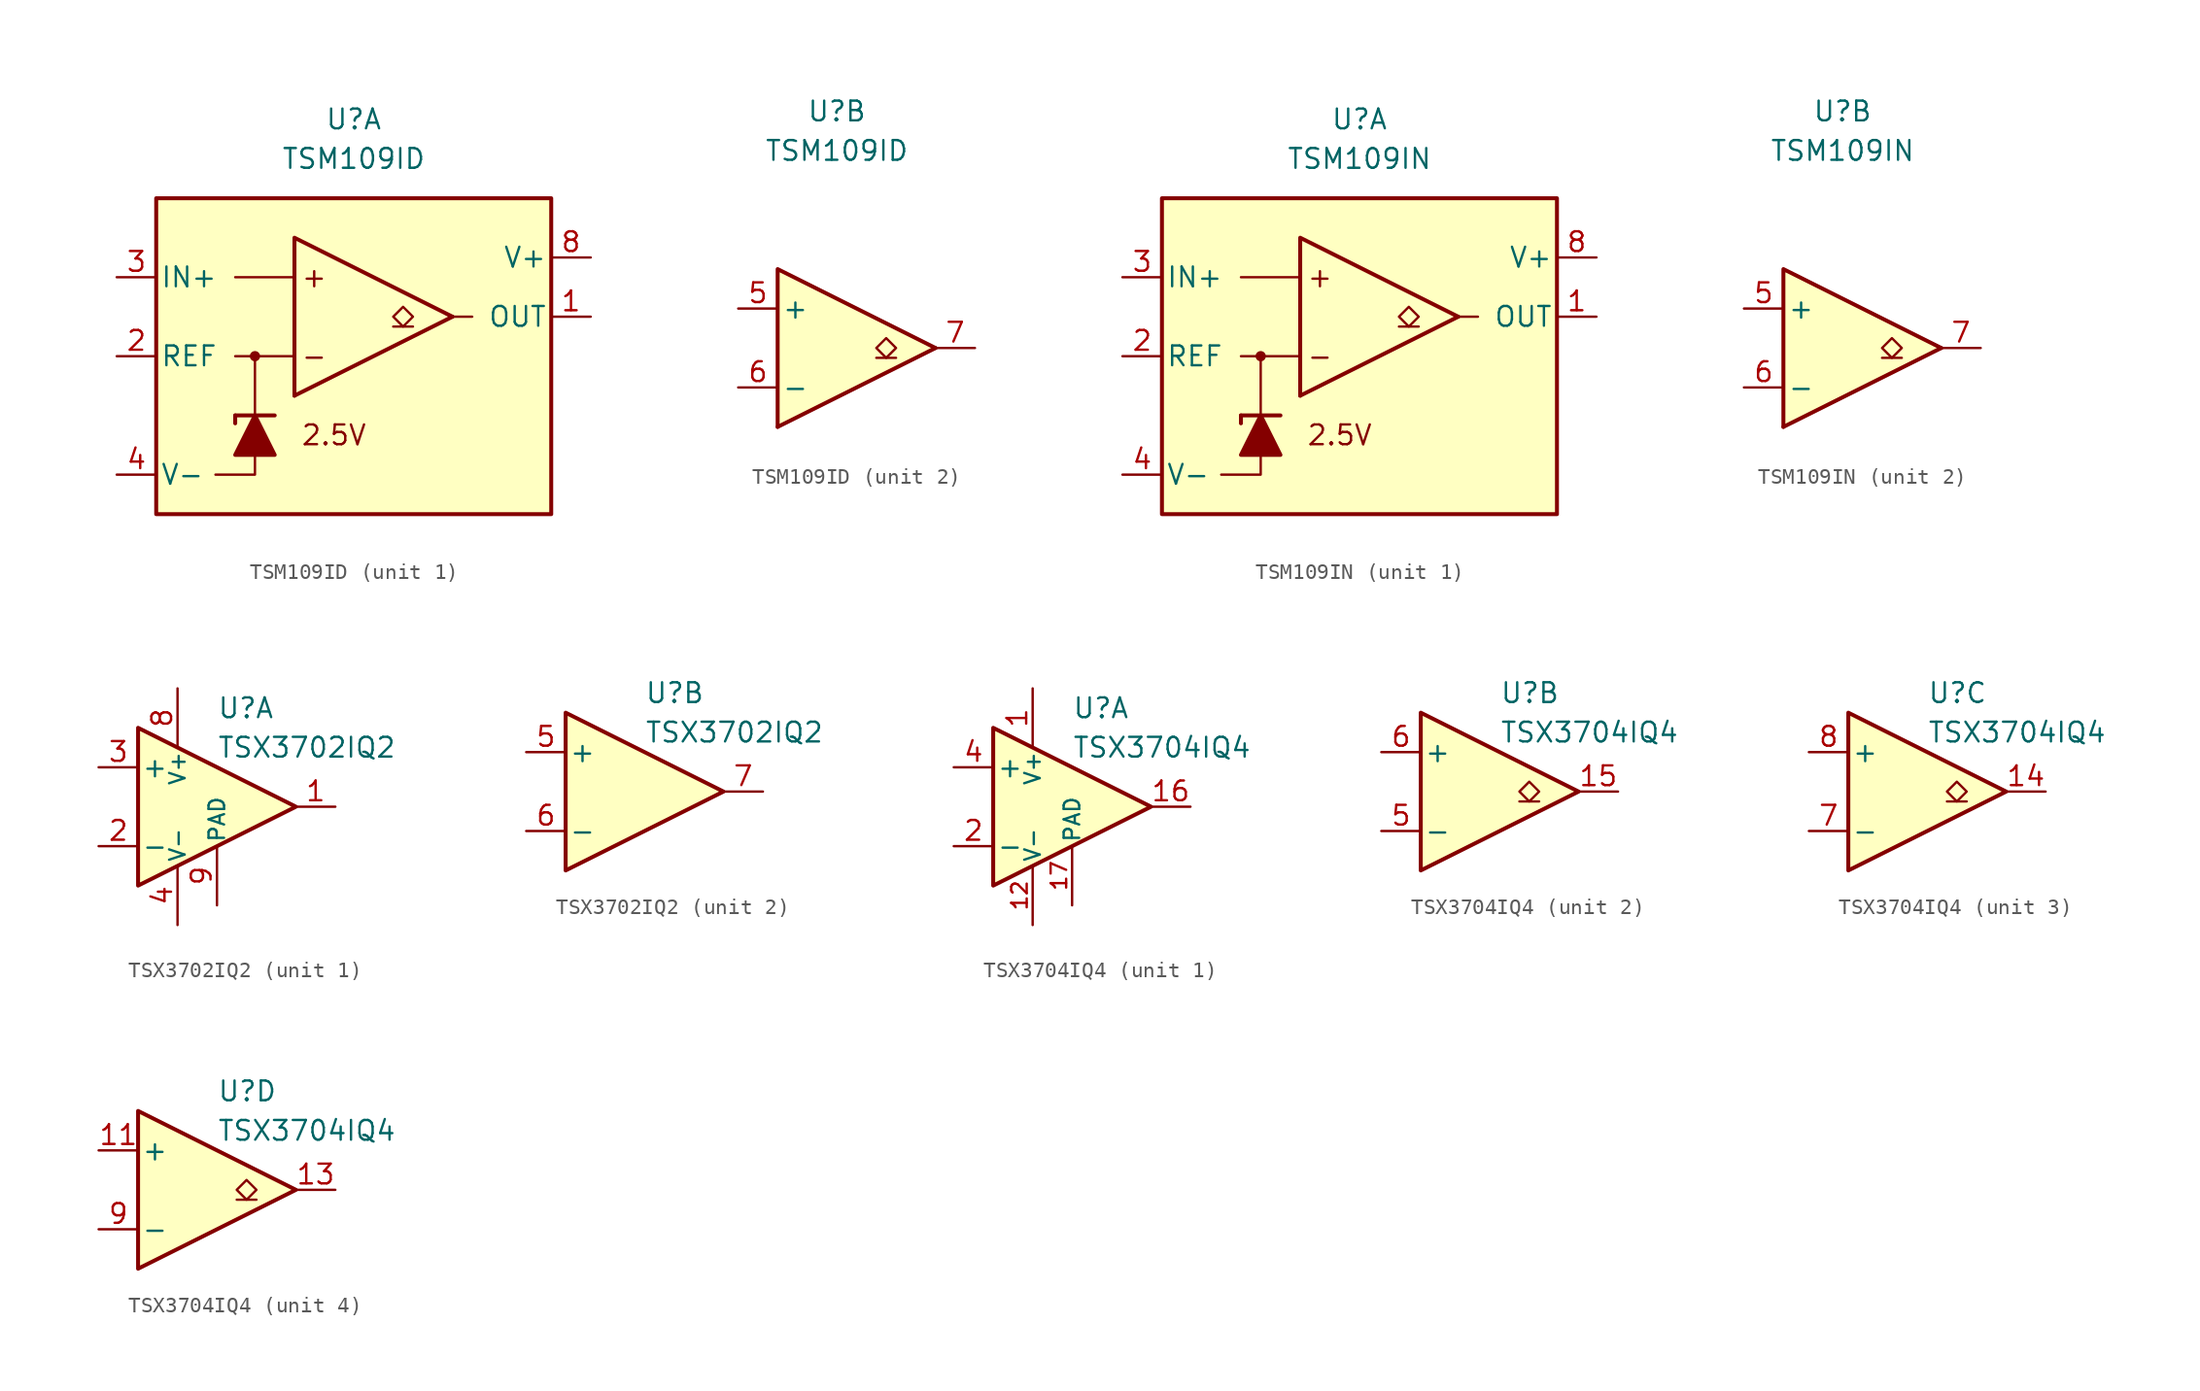
<source format=kicad_sym>
(kicad_symbol_lib
  (version 20231120)
  (generator "kicad_symbol_editor")
  (generator_version "8.0")
  (symbol "TSM109ID"
    (pin_names
      (offset 0.254))
    (property "Reference" "U"
      (at 0 15.24 0)
      (effects (font (size 1.27 1.27))))
    (property "Value" "TSM109ID"
      (at 0 12.7 0)
      (effects (font (size 1.27 1.27))))
    (property "ki_locked" ""
      (at 0 0 0)
      (effects (font (size 1.27 1.27))))
    (symbol "TSM109ID_1_0"
      (circle (center -6.35 0) (radius 0.254) (stroke (width 0.152) (type default)) (fill (type outline)))
      (polyline (pts (xy 6.35 2.54) (xy -3.81 -2.54)) (stroke (width 0.254) (type default)) (fill (type none)))
      (polyline (pts (xy 6.35 2.54) (xy -3.81 7.62) (xy -3.81 -2.54)) (stroke (width 0.254) (type default)) (fill (type background))))
    (symbol "TSM109ID_1_1"
      (rectangle (start -12.7 10.16) (end 12.7 -10.16) (stroke (width 0.254) (type default)) (fill (type background)))
      (polyline (pts (xy -7.62 -3.81) (xy -7.62 -4.318)) (stroke (width 0.254) (type default)) (fill (type none)))
      (polyline (pts (xy -7.62 -3.81) (xy -5.08 -3.81)) (stroke (width 0.254) (type default)) (fill (type none)))
      (polyline (pts (xy -6.35 -3.81) (xy -6.35 0)) (stroke (width 0.152) (type default)) (fill (type none)))
      (polyline (pts (xy -3.81 0) (xy -7.62 0)) (stroke (width 0) (type default)) (fill (type none)))
      (polyline (pts (xy -3.81 5.08) (xy -7.62 5.08)) (stroke (width 0) (type default)) (fill (type none)))
      (polyline (pts (xy 3.81 1.905) (xy 2.54 1.905)) (stroke (width 0.152) (type default)) (fill (type none)))
      (polyline (pts (xy 6.35 2.54) (xy 7.62 2.54)) (stroke (width 0) (type default)) (fill (type none)))
      (polyline (pts (xy -6.35 -6.35) (xy -6.35 -7.62) (xy -8.89 -7.62)) (stroke (width 0) (type default)) (fill (type none)))
      (polyline (pts (xy -5.08 -6.35) (xy -7.62 -6.35) (xy -6.35 -3.81) (xy -5.08 -6.35)) (stroke (width 0.254) (type default)) (fill (type outline)))
      (polyline (pts (xy 3.175 1.905) (xy 2.54 2.54) (xy 3.175 3.175) (xy 3.81 2.54) (xy 3.175 1.905)) (stroke (width 0.152) (type default)) (fill (type none)))
      (text "+" (at -2.54 5.08 0) (effects (font (size 1.27 1.27))))
      (text "-" (at -2.54 0 0) (effects (font (size 1.27 1.27))))
      (text "2.5V" (at -1.27 -5.08 0) (effects (font (size 1.27 1.27))))
      (pin output line (at 15.24 2.54 180) (length 2.54) (name "OUT" (effects (font (size 1.27 1.27)))) (number "1" (effects (font (size 1.27 1.27)))))
      (pin output line (at -15.24 0 0) (length 2.54) (name "REF" (effects (font (size 1.27 1.27)))) (number "2" (effects (font (size 1.27 1.27)))))
      (pin input line (at -15.24 5.08 0) (length 2.54) (name "IN+" (effects (font (size 1.27 1.27)))) (number "3" (effects (font (size 1.27 1.27)))))
      (pin power_in line (at -15.24 -7.62 0) (length 2.54) (name "V-" (effects (font (size 1.27 1.27)))) (number "4" (effects (font (size 1.27 1.27)))))
      (pin power_in line (at 15.24 6.35 180) (length 2.54) (name "V+" (effects (font (size 1.27 1.27)))) (number "8" (effects (font (size 1.27 1.27))))))
    (symbol "TSM109ID_2_0"
      (polyline (pts (xy 6.35 0) (xy -3.81 -5.08)) (stroke (width 0.254) (type default)) (fill (type none)))
      (polyline (pts (xy 6.35 0) (xy -3.81 5.08) (xy -3.81 -5.08)) (stroke (width 0.254) (type default)) (fill (type background))))
    (symbol "TSM109ID_2_1"
      (polyline (pts (xy 3.81 -0.635) (xy 2.54 -0.635)) (stroke (width 0.152) (type default)) (fill (type none)))
      (polyline (pts (xy 3.175 -0.635) (xy 2.54 0) (xy 3.175 0.635) (xy 3.81 0) (xy 3.175 -0.635)) (stroke (width 0.152) (type default)) (fill (type none)))
      (pin input line (at -6.35 2.54 0) (length 2.54) (name "+" (effects (font (size 1.27 1.27)))) (number "5" (effects (font (size 1.27 1.27)))))
      (pin input line (at -6.35 -2.54 0) (length 2.54) (name "-" (effects (font (size 1.27 1.27)))) (number "6" (effects (font (size 1.27 1.27)))))
      (pin output line (at 8.89 0 180) (length 2.54) (name "~" (effects (font (size 1.27 1.27)))) (number "7" (effects (font (size 1.27 1.27)))))))
  (symbol "TSM109IN"
    (pin_names
      (offset 0.254))
    (property "Reference" "U"
      (at 0 15.24 0)
      (effects (font (size 1.27 1.27))))
    (property "Value" "TSM109IN"
      (at 0 12.7 0)
      (effects (font (size 1.27 1.27))))
    (property "ki_locked" ""
      (at 0 0 0)
      (effects (font (size 1.27 1.27))))
    (symbol "TSM109IN_1_0"
      (circle (center -6.35 0) (radius 0.254) (stroke (width 0.152) (type default)) (fill (type outline)))
      (polyline (pts (xy 6.35 2.54) (xy -3.81 -2.54)) (stroke (width 0.254) (type default)) (fill (type none)))
      (polyline (pts (xy 6.35 2.54) (xy -3.81 7.62) (xy -3.81 -2.54)) (stroke (width 0.254) (type default)) (fill (type background))))
    (symbol "TSM109IN_1_1"
      (rectangle (start -12.7 10.16) (end 12.7 -10.16) (stroke (width 0.254) (type default)) (fill (type background)))
      (polyline (pts (xy -7.62 -3.81) (xy -7.62 -4.318)) (stroke (width 0.254) (type default)) (fill (type none)))
      (polyline (pts (xy -7.62 -3.81) (xy -5.08 -3.81)) (stroke (width 0.254) (type default)) (fill (type none)))
      (polyline (pts (xy -6.35 -3.81) (xy -6.35 0)) (stroke (width 0.152) (type default)) (fill (type none)))
      (polyline (pts (xy -3.81 0) (xy -7.62 0)) (stroke (width 0) (type default)) (fill (type none)))
      (polyline (pts (xy -3.81 5.08) (xy -7.62 5.08)) (stroke (width 0) (type default)) (fill (type none)))
      (polyline (pts (xy 3.81 1.905) (xy 2.54 1.905)) (stroke (width 0.152) (type default)) (fill (type none)))
      (polyline (pts (xy 6.35 2.54) (xy 7.62 2.54)) (stroke (width 0) (type default)) (fill (type none)))
      (polyline (pts (xy -6.35 -6.35) (xy -6.35 -7.62) (xy -8.89 -7.62)) (stroke (width 0) (type default)) (fill (type none)))
      (polyline (pts (xy -5.08 -6.35) (xy -7.62 -6.35) (xy -6.35 -3.81) (xy -5.08 -6.35)) (stroke (width 0.254) (type default)) (fill (type outline)))
      (polyline (pts (xy 3.175 1.905) (xy 2.54 2.54) (xy 3.175 3.175) (xy 3.81 2.54) (xy 3.175 1.905)) (stroke (width 0.152) (type default)) (fill (type none)))
      (text "+" (at -2.54 5.08 0) (effects (font (size 1.27 1.27))))
      (text "-" (at -2.54 0 0) (effects (font (size 1.27 1.27))))
      (text "2.5V" (at -1.27 -5.08 0) (effects (font (size 1.27 1.27))))
      (pin output line (at 15.24 2.54 180) (length 2.54) (name "OUT" (effects (font (size 1.27 1.27)))) (number "1" (effects (font (size 1.27 1.27)))))
      (pin output line (at -15.24 0 0) (length 2.54) (name "REF" (effects (font (size 1.27 1.27)))) (number "2" (effects (font (size 1.27 1.27)))))
      (pin input line (at -15.24 5.08 0) (length 2.54) (name "IN+" (effects (font (size 1.27 1.27)))) (number "3" (effects (font (size 1.27 1.27)))))
      (pin power_in line (at -15.24 -7.62 0) (length 2.54) (name "V-" (effects (font (size 1.27 1.27)))) (number "4" (effects (font (size 1.27 1.27)))))
      (pin power_in line (at 15.24 6.35 180) (length 2.54) (name "V+" (effects (font (size 1.27 1.27)))) (number "8" (effects (font (size 1.27 1.27))))))
    (symbol "TSM109IN_2_0"
      (polyline (pts (xy 6.35 0) (xy -3.81 -5.08)) (stroke (width 0.254) (type default)) (fill (type none)))
      (polyline (pts (xy 6.35 0) (xy -3.81 5.08) (xy -3.81 -5.08)) (stroke (width 0.254) (type default)) (fill (type background))))
    (symbol "TSM109IN_2_1"
      (polyline (pts (xy 3.81 -0.635) (xy 2.54 -0.635)) (stroke (width 0.152) (type default)) (fill (type none)))
      (polyline (pts (xy 3.175 -0.635) (xy 2.54 0) (xy 3.175 0.635) (xy 3.81 0) (xy 3.175 -0.635)) (stroke (width 0.152) (type default)) (fill (type none)))
      (pin input line (at -6.35 2.54 0) (length 2.54) (name "+" (effects (font (size 1.27 1.27)))) (number "5" (effects (font (size 1.27 1.27)))))
      (pin input line (at -6.35 -2.54 0) (length 2.54) (name "-" (effects (font (size 1.27 1.27)))) (number "6" (effects (font (size 1.27 1.27)))))
      (pin output line (at 8.89 0 180) (length 2.54) (name "~" (effects (font (size 1.27 1.27)))) (number "7" (effects (font (size 1.27 1.27)))))))
  (symbol "TSX3702IQ2"
    (pin_names
      (offset 0.2))
    (property "Reference" "U"
      (at 1.27 6.35 0)
      (effects (font (size 1.27 1.27)) (justify left)))
    (property "Value" "TSX3702IQ2"
      (at 1.27 3.81 0)
      (effects (font (size 1.27 1.27)) (justify left)))
    (property "ki_locked" ""
      (at 0 0 0)
      (effects (font (size 1.27 1.27))))
    (symbol "TSX3702IQ2_0_1"
      (polyline (pts (xy -3.81 5.08) (xy -3.81 -5.08) (xy 6.35 0) (xy -3.81 5.08)) (stroke (width 0.254) (type default)) (fill (type background))))
    (symbol "TSX3702IQ2_1_1"
      (pin output line (at 8.89 0 180) (length 2.54) (name "~" (effects (font (size 1.27 1.27)))) (number "1" (effects (font (size 1.27 1.27)))))
      (pin input line (at -6.35 -2.54 0) (length 2.54) (name "-" (effects (font (size 1.27 1.27)))) (number "2" (effects (font (size 1.27 1.27)))))
      (pin input line (at -6.35 2.54 0) (length 2.54) (name "+" (effects (font (size 1.27 1.27)))) (number "3" (effects (font (size 1.27 1.27)))))
      (pin power_in line (at -1.27 -7.62 90) (length 3.81) (name "V-" (effects (font (size 1 1)))) (number "4" (effects (font (size 1.27 1.27)))))
      (pin power_in line (at -1.27 7.62 270) (length 3.81) (name "V+" (effects (font (size 1 1)))) (number "8" (effects (font (size 1.27 1.27)))))
      (pin power_in line (at 1.27 -6.35 90) (length 3.81) (name "PAD" (effects (font (size 1 1)))) (number "9" (effects (font (size 1.27 1.27))))))
    (symbol "TSX3702IQ2_2_1"
      (pin input line (at -6.35 2.54 0) (length 2.54) (name "+" (effects (font (size 1.27 1.27)))) (number "5" (effects (font (size 1.27 1.27)))))
      (pin input line (at -6.35 -2.54 0) (length 2.54) (name "-" (effects (font (size 1.27 1.27)))) (number "6" (effects (font (size 1.27 1.27)))))
      (pin output line (at 8.89 0 180) (length 2.54) (name "~" (effects (font (size 1.27 1.27)))) (number "7" (effects (font (size 1.27 1.27)))))))
  (symbol "TSX3704IQ4"
    (pin_names
      (offset 0.2))
    (property "Reference" "U"
      (at 1.27 6.35 0)
      (effects (font (size 1.27 1.27)) (justify left)))
    (property "Value" "TSX3704IQ4"
      (at 1.27 3.81 0)
      (effects (font (size 1.27 1.27)) (justify left)))
    (property "ki_locked" ""
      (at 0 0 0)
      (effects (font (size 1.27 1.27))))
    (symbol "TSX3704IQ4_0_1"
      (polyline (pts (xy -3.81 5.08) (xy -3.81 -5.08) (xy 6.35 0) (xy -3.81 5.08)) (stroke (width 0.254) (type default)) (fill (type background))))
    (symbol "TSX3704IQ4_1_1"
      (pin power_in line (at -1.27 7.62 270) (length 3.81) (name "V+" (effects (font (size 1 1)))) (number "1" (effects (font (size 1.27 1.27)))))
      (pin free line (at -2.54 -1.27 0) (length 2.54) hide (name "NC" (effects (font (size 1.27 1.27)))) (number "10" (effects (font (size 1.27 1.27)))))
      (pin power_in line (at -1.27 -7.62 90) (length 3.81) (name "V-" (effects (font (size 1 1)))) (number "12" (effects (font (size 1 1)))))
      (pin output line (at 8.89 0 180) (length 2.54) (name "~" (effects (font (size 1.27 1.27)))) (number "16" (effects (font (size 1.27 1.27)))))
      (pin power_in line (at 1.27 -6.35 90) (length 3.81) (name "PAD" (effects (font (size 1 1)))) (number "17" (effects (font (size 1 1)))))
      (pin input line (at -6.35 -2.54 0) (length 2.54) (name "-" (effects (font (size 1.27 1.27)))) (number "2" (effects (font (size 1.27 1.27)))))
      (pin free line (at -2.54 1.27 0) (length 2.54) hide (name "NC" (effects (font (size 1.27 1.27)))) (number "3" (effects (font (size 1.27 1.27)))))
      (pin input line (at -6.35 2.54 0) (length 2.54) (name "+" (effects (font (size 1.27 1.27)))) (number "4" (effects (font (size 1.27 1.27))))))
    (symbol "TSX3704IQ4_2_1"
      (polyline (pts (xy 3.81 -0.635) (xy 2.54 -0.635)) (stroke (width 0.152) (type default)) (fill (type none)))
      (polyline (pts (xy 3.175 -0.635) (xy 2.54 0) (xy 3.175 0.635) (xy 3.81 0) (xy 3.175 -0.635)) (stroke (width 0.152) (type default)) (fill (type none)))
      (pin output line (at 8.89 0 180) (length 2.54) (name "~" (effects (font (size 1.27 1.27)))) (number "15" (effects (font (size 1.27 1.27)))))
      (pin input line (at -6.35 -2.54 0) (length 2.54) (name "-" (effects (font (size 1.27 1.27)))) (number "5" (effects (font (size 1.27 1.27)))))
      (pin input line (at -6.35 2.54 0) (length 2.54) (name "+" (effects (font (size 1.27 1.27)))) (number "6" (effects (font (size 1.27 1.27))))))
    (symbol "TSX3704IQ4_3_1"
      (polyline (pts (xy 3.81 -0.635) (xy 2.54 -0.635)) (stroke (width 0.152) (type default)) (fill (type none)))
      (polyline (pts (xy 3.175 -0.635) (xy 2.54 0) (xy 3.175 0.635) (xy 3.81 0) (xy 3.175 -0.635)) (stroke (width 0.152) (type default)) (fill (type none)))
      (pin output line (at 8.89 0 180) (length 2.54) (name "~" (effects (font (size 1.27 1.27)))) (number "14" (effects (font (size 1.27 1.27)))))
      (pin input line (at -6.35 -2.54 0) (length 2.54) (name "-" (effects (font (size 1.27 1.27)))) (number "7" (effects (font (size 1.27 1.27)))))
      (pin input line (at -6.35 2.54 0) (length 2.54) (name "+" (effects (font (size 1.27 1.27)))) (number "8" (effects (font (size 1.27 1.27))))))
    (symbol "TSX3704IQ4_4_1"
      (polyline (pts (xy 3.81 -0.635) (xy 2.54 -0.635)) (stroke (width 0.152) (type default)) (fill (type none)))
      (polyline (pts (xy 3.175 -0.635) (xy 2.54 0) (xy 3.175 0.635) (xy 3.81 0) (xy 3.175 -0.635)) (stroke (width 0.152) (type default)) (fill (type none)))
      (pin input line (at -6.35 2.54 0) (length 2.54) (name "+" (effects (font (size 1.27 1.27)))) (number "11" (effects (font (size 1.27 1.27)))))
      (pin output line (at 8.89 0 180) (length 2.54) (name "~" (effects (font (size 1.27 1.27)))) (number "13" (effects (font (size 1.27 1.27)))))
      (pin input line (at -6.35 -2.54 0) (length 2.54) (name "-" (effects (font (size 1.27 1.27)))) (number "9" (effects (font (size 1.27 1.27))))))))
</source>
